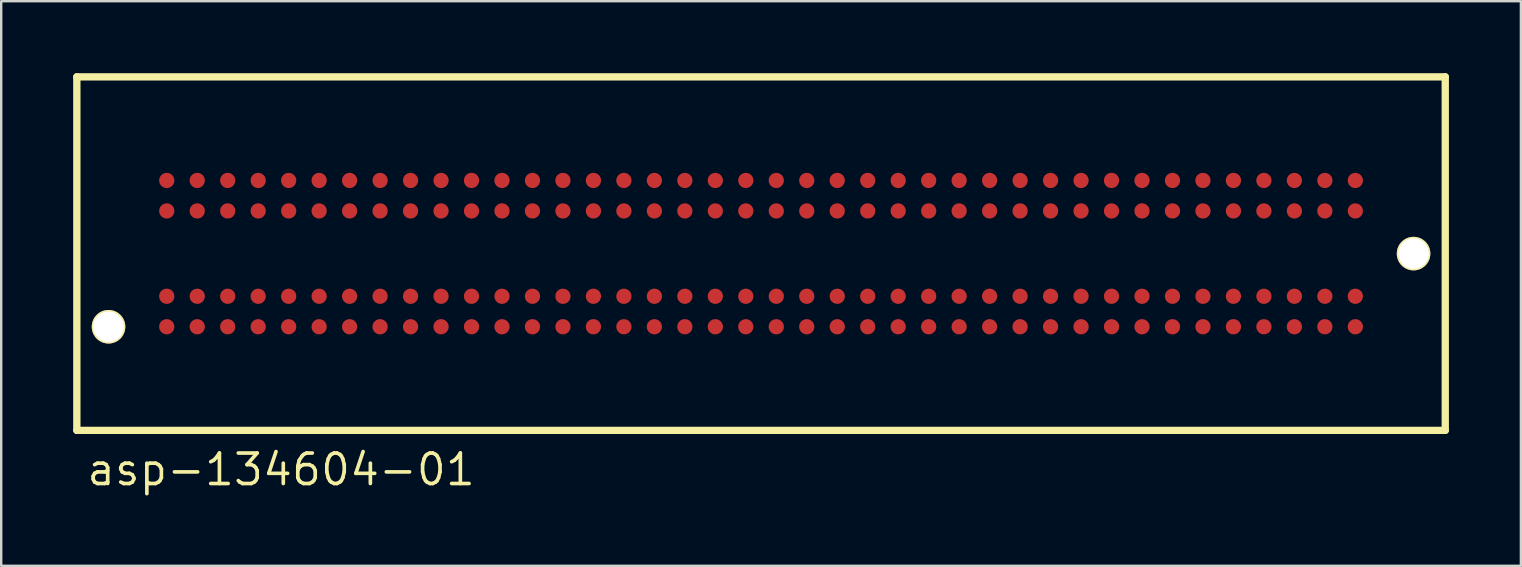
<source format=kicad_pcb>
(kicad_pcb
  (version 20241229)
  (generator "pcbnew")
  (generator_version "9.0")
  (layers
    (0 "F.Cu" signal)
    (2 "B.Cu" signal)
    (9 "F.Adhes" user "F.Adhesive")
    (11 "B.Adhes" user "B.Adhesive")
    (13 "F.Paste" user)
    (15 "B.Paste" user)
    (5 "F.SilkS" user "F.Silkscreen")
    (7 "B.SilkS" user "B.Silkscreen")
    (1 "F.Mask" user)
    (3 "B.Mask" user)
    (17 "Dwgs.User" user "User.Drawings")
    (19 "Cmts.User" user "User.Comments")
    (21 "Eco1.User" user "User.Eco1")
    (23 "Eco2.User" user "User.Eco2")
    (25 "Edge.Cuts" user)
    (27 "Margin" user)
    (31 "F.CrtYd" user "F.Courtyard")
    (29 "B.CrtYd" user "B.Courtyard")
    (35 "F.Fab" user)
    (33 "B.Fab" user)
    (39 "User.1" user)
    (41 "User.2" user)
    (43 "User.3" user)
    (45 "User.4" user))
  (footprint "asp-134604-01"
    (layer "F.Cu")
    (at 28.664 7.518)
    (property "Reference" "asp-134604-01" (at -20 9 0) (layer "F.SilkS") (effects (font (size 1.27 1.27) (thickness 0.152))))
    (attr through_hole)
    (fp_line (start -28.512 -7.366) (end -28.512 7.366) (stroke (width 0.305) (type solid)) (layer "F.SilkS"))
    (fp_line (start -28.512 7.366) (end 28.512 7.366) (stroke (width 0.305) (type solid)) (layer "F.SilkS"))
    (fp_line (start 28.512 -7.366) (end -28.512 -7.366) (stroke (width 0.305) (type solid)) (layer "F.SilkS"))
    (fp_line (start 28.512 7.366) (end 28.512 -7.366) (stroke (width 0.305) (type solid)) (layer "F.SilkS"))
    (pad "" thru_hole circle (at -27.191 3.048) (size 1.397 1.397) (drill 1.27) (layers "*.Cu" "*.Mask" "F.SilkS"))
    (pad "" thru_hole circle (at 27.191 0) (size 1.397 1.397) (drill 1.27) (layers "*.Cu" "*.Mask" "F.SilkS"))
    (pad "1" smd circle (at 24.765 -3.048) (size 0.635 0.635) (layers "F.Cu" "F.Mask" "F.Paste"))
    (pad "2" smd circle (at 23.495 -3.048) (size 0.635 0.635) (layers "F.Cu" "F.Mask" "F.Paste"))
    (pad "3" smd circle (at 22.225 -3.048) (size 0.635 0.635) (layers "F.Cu" "F.Mask" "F.Paste"))
    (pad "4" smd circle (at 20.955 -3.048) (size 0.635 0.635) (layers "F.Cu" "F.Mask" "F.Paste"))
    (pad "5" smd circle (at 19.685 -3.048) (size 0.635 0.635) (layers "F.Cu" "F.Mask" "F.Paste"))
    (pad "6" smd circle (at 18.415 -3.048) (size 0.635 0.635) (layers "F.Cu" "F.Mask" "F.Paste"))
    (pad "7" smd circle (at 17.145 -3.048) (size 0.635 0.635) (layers "F.Cu" "F.Mask" "F.Paste"))
    (pad "8" smd circle (at 15.875 -3.048) (size 0.635 0.635) (layers "F.Cu" "F.Mask" "F.Paste"))
    (pad "9" smd circle (at 14.605 -3.048) (size 0.635 0.635) (layers "F.Cu" "F.Mask" "F.Paste"))
    (pad "10" smd circle (at 13.335 -3.048) (size 0.635 0.635) (layers "F.Cu" "F.Mask" "F.Paste"))
    (pad "11" smd circle (at 12.065 -3.048) (size 0.635 0.635) (layers "F.Cu" "F.Mask" "F.Paste"))
    (pad "12" smd circle (at 10.795 -3.048) (size 0.635 0.635) (layers "F.Cu" "F.Mask" "F.Paste"))
    (pad "13" smd circle (at 9.525 -3.048) (size 0.635 0.635) (layers "F.Cu" "F.Mask" "F.Paste"))
    (pad "14" smd circle (at 8.255 -3.048) (size 0.635 0.635) (layers "F.Cu" "F.Mask" "F.Paste"))
    (pad "15" smd circle (at 6.985 -3.048) (size 0.635 0.635) (layers "F.Cu" "F.Mask" "F.Paste"))
    (pad "16" smd circle (at 5.715 -3.048) (size 0.635 0.635) (layers "F.Cu" "F.Mask" "F.Paste"))
    (pad "17" smd circle (at 4.445 -3.048) (size 0.635 0.635) (layers "F.Cu" "F.Mask" "F.Paste"))
    (pad "18" smd circle (at 3.175 -3.048) (size 0.635 0.635) (layers "F.Cu" "F.Mask" "F.Paste"))
    (pad "19" smd circle (at 1.905 -3.048) (size 0.635 0.635) (layers "F.Cu" "F.Mask" "F.Paste"))
    (pad "20" smd circle (at 0.635 -3.048) (size 0.635 0.635) (layers "F.Cu" "F.Mask" "F.Paste"))
    (pad "21" smd circle (at -0.635 -3.048) (size 0.635 0.635) (layers "F.Cu" "F.Mask" "F.Paste"))
    (pad "22" smd circle (at -1.905 -3.048) (size 0.635 0.635) (layers "F.Cu" "F.Mask" "F.Paste"))
    (pad "23" smd circle (at -3.175 -3.048) (size 0.635 0.635) (layers "F.Cu" "F.Mask" "F.Paste"))
    (pad "24" smd circle (at -4.445 -3.048) (size 0.635 0.635) (layers "F.Cu" "F.Mask" "F.Paste"))
    (pad "25" smd circle (at -5.715 -3.048) (size 0.635 0.635) (layers "F.Cu" "F.Mask" "F.Paste"))
    (pad "26" smd circle (at -6.985 -3.048) (size 0.635 0.635) (layers "F.Cu" "F.Mask" "F.Paste"))
    (pad "27" smd circle (at -8.255 -3.048) (size 0.635 0.635) (layers "F.Cu" "F.Mask" "F.Paste"))
    (pad "28" smd circle (at -9.525 -3.048) (size 0.635 0.635) (layers "F.Cu" "F.Mask" "F.Paste"))
    (pad "29" smd circle (at -10.795 -3.048) (size 0.635 0.635) (layers "F.Cu" "F.Mask" "F.Paste"))
    (pad "30" smd circle (at -12.065 -3.048) (size 0.635 0.635) (layers "F.Cu" "F.Mask" "F.Paste"))
    (pad "31" smd circle (at -13.335 -3.048) (size 0.635 0.635) (layers "F.Cu" "F.Mask" "F.Paste"))
    (pad "32" smd circle (at -14.605 -3.048) (size 0.635 0.635) (layers "F.Cu" "F.Mask" "F.Paste"))
    (pad "33" smd circle (at -15.875 -3.048) (size 0.635 0.635) (layers "F.Cu" "F.Mask" "F.Paste"))
    (pad "34" smd circle (at -17.145 -3.048) (size 0.635 0.635) (layers "F.Cu" "F.Mask" "F.Paste"))
    (pad "35" smd circle (at -18.415 -3.048) (size 0.635 0.635) (layers "F.Cu" "F.Mask" "F.Paste"))
    (pad "36" smd circle (at -19.685 -3.048) (size 0.635 0.635) (layers "F.Cu" "F.Mask" "F.Paste"))
    (pad "37" smd circle (at -20.955 -3.048) (size 0.635 0.635) (layers "F.Cu" "F.Mask" "F.Paste"))
    (pad "38" smd circle (at -22.225 -3.048) (size 0.635 0.635) (layers "F.Cu" "F.Mask" "F.Paste"))
    (pad "39" smd circle (at -23.495 -3.048) (size 0.635 0.635) (layers "F.Cu" "F.Mask" "F.Paste"))
    (pad "40" smd circle (at -24.765 -3.048) (size 0.635 0.635) (layers "F.Cu" "F.Mask" "F.Paste"))
    (pad "41" smd circle (at 24.765 -1.778) (size 0.635 0.635) (layers "F.Cu" "F.Mask" "F.Paste"))
    (pad "42" smd circle (at 23.495 -1.778) (size 0.635 0.635) (layers "F.Cu" "F.Mask" "F.Paste"))
    (pad "43" smd circle (at 22.225 -1.778) (size 0.635 0.635) (layers "F.Cu" "F.Mask" "F.Paste"))
    (pad "44" smd circle (at 20.955 -1.778) (size 0.635 0.635) (layers "F.Cu" "F.Mask" "F.Paste"))
    (pad "45" smd circle (at 19.685 -1.778) (size 0.635 0.635) (layers "F.Cu" "F.Mask" "F.Paste"))
    (pad "46" smd circle (at 18.415 -1.778) (size 0.635 0.635) (layers "F.Cu" "F.Mask" "F.Paste"))
    (pad "47" smd circle (at 17.145 -1.778) (size 0.635 0.635) (layers "F.Cu" "F.Mask" "F.Paste"))
    (pad "48" smd circle (at 15.875 -1.778) (size 0.635 0.635) (layers "F.Cu" "F.Mask" "F.Paste"))
    (pad "49" smd circle (at 14.605 -1.778) (size 0.635 0.635) (layers "F.Cu" "F.Mask" "F.Paste"))
    (pad "50" smd circle (at 13.335 -1.778) (size 0.635 0.635) (layers "F.Cu" "F.Mask" "F.Paste"))
    (pad "51" smd circle (at 12.065 -1.778) (size 0.635 0.635) (layers "F.Cu" "F.Mask" "F.Paste"))
    (pad "52" smd circle (at 10.795 -1.778) (size 0.635 0.635) (layers "F.Cu" "F.Mask" "F.Paste"))
    (pad "53" smd circle (at 9.525 -1.778) (size 0.635 0.635) (layers "F.Cu" "F.Mask" "F.Paste"))
    (pad "54" smd circle (at 8.255 -1.778) (size 0.635 0.635) (layers "F.Cu" "F.Mask" "F.Paste"))
    (pad "55" smd circle (at 6.985 -1.778) (size 0.635 0.635) (layers "F.Cu" "F.Mask" "F.Paste"))
    (pad "56" smd circle (at 5.715 -1.778) (size 0.635 0.635) (layers "F.Cu" "F.Mask" "F.Paste"))
    (pad "57" smd circle (at 4.445 -1.778) (size 0.635 0.635) (layers "F.Cu" "F.Mask" "F.Paste"))
    (pad "58" smd circle (at 3.175 -1.778) (size 0.635 0.635) (layers "F.Cu" "F.Mask" "F.Paste"))
    (pad "59" smd circle (at 1.905 -1.778) (size 0.635 0.635) (layers "F.Cu" "F.Mask" "F.Paste"))
    (pad "60" smd circle (at 0.635 -1.778) (size 0.635 0.635) (layers "F.Cu" "F.Mask" "F.Paste"))
    (pad "61" smd circle (at -0.635 -1.778) (size 0.635 0.635) (layers "F.Cu" "F.Mask" "F.Paste"))
    (pad "62" smd circle (at -1.905 -1.778) (size 0.635 0.635) (layers "F.Cu" "F.Mask" "F.Paste"))
    (pad "63" smd circle (at -3.175 -1.778) (size 0.635 0.635) (layers "F.Cu" "F.Mask" "F.Paste"))
    (pad "64" smd circle (at -4.445 -1.778) (size 0.635 0.635) (layers "F.Cu" "F.Mask" "F.Paste"))
    (pad "65" smd circle (at -5.715 -1.778) (size 0.635 0.635) (layers "F.Cu" "F.Mask" "F.Paste"))
    (pad "66" smd circle (at -6.985 -1.778) (size 0.635 0.635) (layers "F.Cu" "F.Mask" "F.Paste"))
    (pad "67" smd circle (at -8.255 -1.778) (size 0.635 0.635) (layers "F.Cu" "F.Mask" "F.Paste"))
    (pad "68" smd circle (at -9.525 -1.778) (size 0.635 0.635) (layers "F.Cu" "F.Mask" "F.Paste"))
    (pad "69" smd circle (at -10.795 -1.778) (size 0.635 0.635) (layers "F.Cu" "F.Mask" "F.Paste"))
    (pad "70" smd circle (at -12.065 -1.778) (size 0.635 0.635) (layers "F.Cu" "F.Mask" "F.Paste"))
    (pad "71" smd circle (at -13.335 -1.778) (size 0.635 0.635) (layers "F.Cu" "F.Mask" "F.Paste"))
    (pad "72" smd circle (at -14.605 -1.778) (size 0.635 0.635) (layers "F.Cu" "F.Mask" "F.Paste"))
    (pad "73" smd circle (at -15.875 -1.778) (size 0.635 0.635) (layers "F.Cu" "F.Mask" "F.Paste"))
    (pad "74" smd circle (at -17.145 -1.778) (size 0.635 0.635) (layers "F.Cu" "F.Mask" "F.Paste"))
    (pad "75" smd circle (at -18.415 -1.778) (size 0.635 0.635) (layers "F.Cu" "F.Mask" "F.Paste"))
    (pad "76" smd circle (at -19.685 -1.778) (size 0.635 0.635) (layers "F.Cu" "F.Mask" "F.Paste"))
    (pad "77" smd circle (at -20.955 -1.778) (size 0.635 0.635) (layers "F.Cu" "F.Mask" "F.Paste"))
    (pad "78" smd circle (at -22.225 -1.778) (size 0.635 0.635) (layers "F.Cu" "F.Mask" "F.Paste"))
    (pad "79" smd circle (at -23.495 -1.778) (size 0.635 0.635) (layers "F.Cu" "F.Mask" "F.Paste"))
    (pad "80" smd circle (at -24.765 -1.778) (size 0.635 0.635) (layers "F.Cu" "F.Mask" "F.Paste"))
    (pad "81" smd circle (at 24.765 1.778) (size 0.635 0.635) (layers "F.Cu" "F.Mask" "F.Paste"))
    (pad "82" smd circle (at 23.495 1.778) (size 0.635 0.635) (layers "F.Cu" "F.Mask" "F.Paste"))
    (pad "83" smd circle (at 22.225 1.778) (size 0.635 0.635) (layers "F.Cu" "F.Mask" "F.Paste"))
    (pad "84" smd circle (at 20.955 1.778) (size 0.635 0.635) (layers "F.Cu" "F.Mask" "F.Paste"))
    (pad "85" smd circle (at 19.685 1.778) (size 0.635 0.635) (layers "F.Cu" "F.Mask" "F.Paste"))
    (pad "86" smd circle (at 18.415 1.778) (size 0.635 0.635) (layers "F.Cu" "F.Mask" "F.Paste"))
    (pad "87" smd circle (at 17.145 1.778) (size 0.635 0.635) (layers "F.Cu" "F.Mask" "F.Paste"))
    (pad "88" smd circle (at 15.875 1.778) (size 0.635 0.635) (layers "F.Cu" "F.Mask" "F.Paste"))
    (pad "89" smd circle (at 14.605 1.778) (size 0.635 0.635) (layers "F.Cu" "F.Mask" "F.Paste"))
    (pad "90" smd circle (at 13.335 1.778) (size 0.635 0.635) (layers "F.Cu" "F.Mask" "F.Paste"))
    (pad "91" smd circle (at 12.065 1.778) (size 0.635 0.635) (layers "F.Cu" "F.Mask" "F.Paste"))
    (pad "92" smd circle (at 10.795 1.778) (size 0.635 0.635) (layers "F.Cu" "F.Mask" "F.Paste"))
    (pad "93" smd circle (at 9.525 1.778) (size 0.635 0.635) (layers "F.Cu" "F.Mask" "F.Paste"))
    (pad "94" smd circle (at 8.255 1.778) (size 0.635 0.635) (layers "F.Cu" "F.Mask" "F.Paste"))
    (pad "95" smd circle (at 6.985 1.778) (size 0.635 0.635) (layers "F.Cu" "F.Mask" "F.Paste"))
    (pad "96" smd circle (at 5.715 1.778) (size 0.635 0.635) (layers "F.Cu" "F.Mask" "F.Paste"))
    (pad "97" smd circle (at 4.445 1.778) (size 0.635 0.635) (layers "F.Cu" "F.Mask" "F.Paste"))
    (pad "98" smd circle (at 3.175 1.778) (size 0.635 0.635) (layers "F.Cu" "F.Mask" "F.Paste"))
    (pad "99" smd circle (at 1.905 1.778) (size 0.635 0.635) (layers "F.Cu" "F.Mask" "F.Paste"))
    (pad "100" smd circle (at 0.635 1.778) (size 0.635 0.635) (layers "F.Cu" "F.Mask" "F.Paste"))
    (pad "101" smd circle (at -0.635 1.778) (size 0.635 0.635) (layers "F.Cu" "F.Mask" "F.Paste"))
    (pad "102" smd circle (at -1.905 1.778) (size 0.635 0.635) (layers "F.Cu" "F.Mask" "F.Paste"))
    (pad "103" smd circle (at -3.175 1.778) (size 0.635 0.635) (layers "F.Cu" "F.Mask" "F.Paste"))
    (pad "104" smd circle (at -4.445 1.778) (size 0.635 0.635) (layers "F.Cu" "F.Mask" "F.Paste"))
    (pad "105" smd circle (at -5.715 1.778) (size 0.635 0.635) (layers "F.Cu" "F.Mask" "F.Paste"))
    (pad "106" smd circle (at -6.985 1.778) (size 0.635 0.635) (layers "F.Cu" "F.Mask" "F.Paste"))
    (pad "107" smd circle (at -8.255 1.778) (size 0.635 0.635) (layers "F.Cu" "F.Mask" "F.Paste"))
    (pad "108" smd circle (at -9.525 1.778) (size 0.635 0.635) (layers "F.Cu" "F.Mask" "F.Paste"))
    (pad "109" smd circle (at -10.795 1.778) (size 0.635 0.635) (layers "F.Cu" "F.Mask" "F.Paste"))
    (pad "110" smd circle (at -12.065 1.778) (size 0.635 0.635) (layers "F.Cu" "F.Mask" "F.Paste"))
    (pad "111" smd circle (at -13.335 1.778) (size 0.635 0.635) (layers "F.Cu" "F.Mask" "F.Paste"))
    (pad "112" smd circle (at -14.605 1.778) (size 0.635 0.635) (layers "F.Cu" "F.Mask" "F.Paste"))
    (pad "113" smd circle (at -15.875 1.778) (size 0.635 0.635) (layers "F.Cu" "F.Mask" "F.Paste"))
    (pad "114" smd circle (at -17.145 1.778) (size 0.635 0.635) (layers "F.Cu" "F.Mask" "F.Paste"))
    (pad "115" smd circle (at -18.415 1.778) (size 0.635 0.635) (layers "F.Cu" "F.Mask" "F.Paste"))
    (pad "116" smd circle (at -19.685 1.778) (size 0.635 0.635) (layers "F.Cu" "F.Mask" "F.Paste"))
    (pad "117" smd circle (at -20.955 1.778) (size 0.635 0.635) (layers "F.Cu" "F.Mask" "F.Paste"))
    (pad "118" smd circle (at -22.225 1.778) (size 0.635 0.635) (layers "F.Cu" "F.Mask" "F.Paste"))
    (pad "119" smd circle (at -23.495 1.778) (size 0.635 0.635) (layers "F.Cu" "F.Mask" "F.Paste"))
    (pad "120" smd circle (at -24.765 1.778) (size 0.635 0.635) (layers "F.Cu" "F.Mask" "F.Paste"))
    (pad "121" smd circle (at 24.765 3.048) (size 0.635 0.635) (layers "F.Cu" "F.Mask" "F.Paste"))
    (pad "122" smd circle (at 23.495 3.048) (size 0.635 0.635) (layers "F.Cu" "F.Mask" "F.Paste"))
    (pad "123" smd circle (at 22.225 3.048) (size 0.635 0.635) (layers "F.Cu" "F.Mask" "F.Paste"))
    (pad "124" smd circle (at 20.955 3.048) (size 0.635 0.635) (layers "F.Cu" "F.Mask" "F.Paste"))
    (pad "125" smd circle (at 19.685 3.048) (size 0.635 0.635) (layers "F.Cu" "F.Mask" "F.Paste"))
    (pad "126" smd circle (at 18.415 3.048) (size 0.635 0.635) (layers "F.Cu" "F.Mask" "F.Paste"))
    (pad "127" smd circle (at 17.145 3.048) (size 0.635 0.635) (layers "F.Cu" "F.Mask" "F.Paste"))
    (pad "128" smd circle (at 15.875 3.048) (size 0.635 0.635) (layers "F.Cu" "F.Mask" "F.Paste"))
    (pad "129" smd circle (at 14.605 3.048) (size 0.635 0.635) (layers "F.Cu" "F.Mask" "F.Paste"))
    (pad "130" smd circle (at 13.335 3.048) (size 0.635 0.635) (layers "F.Cu" "F.Mask" "F.Paste"))
    (pad "131" smd circle (at 12.065 3.048) (size 0.635 0.635) (layers "F.Cu" "F.Mask" "F.Paste"))
    (pad "132" smd circle (at 10.795 3.048) (size 0.635 0.635) (layers "F.Cu" "F.Mask" "F.Paste"))
    (pad "133" smd circle (at 9.525 3.048) (size 0.635 0.635) (layers "F.Cu" "F.Mask" "F.Paste"))
    (pad "134" smd circle (at 8.255 3.048) (size 0.635 0.635) (layers "F.Cu" "F.Mask" "F.Paste"))
    (pad "135" smd circle (at 6.985 3.048) (size 0.635 0.635) (layers "F.Cu" "F.Mask" "F.Paste"))
    (pad "136" smd circle (at 5.715 3.048) (size 0.635 0.635) (layers "F.Cu" "F.Mask" "F.Paste"))
    (pad "137" smd circle (at 4.445 3.048) (size 0.635 0.635) (layers "F.Cu" "F.Mask" "F.Paste"))
    (pad "138" smd circle (at 3.175 3.048) (size 0.635 0.635) (layers "F.Cu" "F.Mask" "F.Paste"))
    (pad "139" smd circle (at 1.905 3.048) (size 0.635 0.635) (layers "F.Cu" "F.Mask" "F.Paste"))
    (pad "140" smd circle (at 0.635 3.048) (size 0.635 0.635) (layers "F.Cu" "F.Mask" "F.Paste"))
    (pad "141" smd circle (at -0.635 3.048) (size 0.635 0.635) (layers "F.Cu" "F.Mask" "F.Paste"))
    (pad "142" smd circle (at -1.905 3.048) (size 0.635 0.635) (layers "F.Cu" "F.Mask" "F.Paste"))
    (pad "143" smd circle (at -3.175 3.048) (size 0.635 0.635) (layers "F.Cu" "F.Mask" "F.Paste"))
    (pad "144" smd circle (at -4.445 3.048) (size 0.635 0.635) (layers "F.Cu" "F.Mask" "F.Paste"))
    (pad "145" smd circle (at -5.715 3.048) (size 0.635 0.635) (layers "F.Cu" "F.Mask" "F.Paste"))
    (pad "146" smd circle (at -6.985 3.048) (size 0.635 0.635) (layers "F.Cu" "F.Mask" "F.Paste"))
    (pad "147" smd circle (at -8.255 3.048) (size 0.635 0.635) (layers "F.Cu" "F.Mask" "F.Paste"))
    (pad "148" smd circle (at -9.525 3.048) (size 0.635 0.635) (layers "F.Cu" "F.Mask" "F.Paste"))
    (pad "149" smd circle (at -10.795 3.048) (size 0.635 0.635) (layers "F.Cu" "F.Mask" "F.Paste"))
    (pad "150" smd circle (at -12.065 3.048) (size 0.635 0.635) (layers "F.Cu" "F.Mask" "F.Paste"))
    (pad "151" smd circle (at -13.335 3.048) (size 0.635 0.635) (layers "F.Cu" "F.Mask" "F.Paste"))
    (pad "152" smd circle (at -14.605 3.048) (size 0.635 0.635) (layers "F.Cu" "F.Mask" "F.Paste"))
    (pad "153" smd circle (at -15.875 3.048) (size 0.635 0.635) (layers "F.Cu" "F.Mask" "F.Paste"))
    (pad "154" smd circle (at -17.145 3.048) (size 0.635 0.635) (layers "F.Cu" "F.Mask" "F.Paste"))
    (pad "155" smd circle (at -18.415 3.048) (size 0.635 0.635) (layers "F.Cu" "F.Mask" "F.Paste"))
    (pad "156" smd circle (at -19.685 3.048) (size 0.635 0.635) (layers "F.Cu" "F.Mask" "F.Paste"))
    (pad "157" smd circle (at -20.955 3.048) (size 0.635 0.635) (layers "F.Cu" "F.Mask" "F.Paste"))
    (pad "158" smd circle (at -22.225 3.048) (size 0.635 0.635) (layers "F.Cu" "F.Mask" "F.Paste"))
    (pad "159" smd circle (at -23.495 3.048) (size 0.635 0.635) (layers "F.Cu" "F.Mask" "F.Paste"))
    (pad "160" smd circle (at -24.765 3.048) (size 0.635 0.635) (layers "F.Cu" "F.Mask" "F.Paste")))
  (gr_rect
    (start -3 -3)
    (end 60.328 20.529)
    (stroke (width 0.1) (type default))
    (fill no)
    (layer "Edge.Cuts")))
</source>
